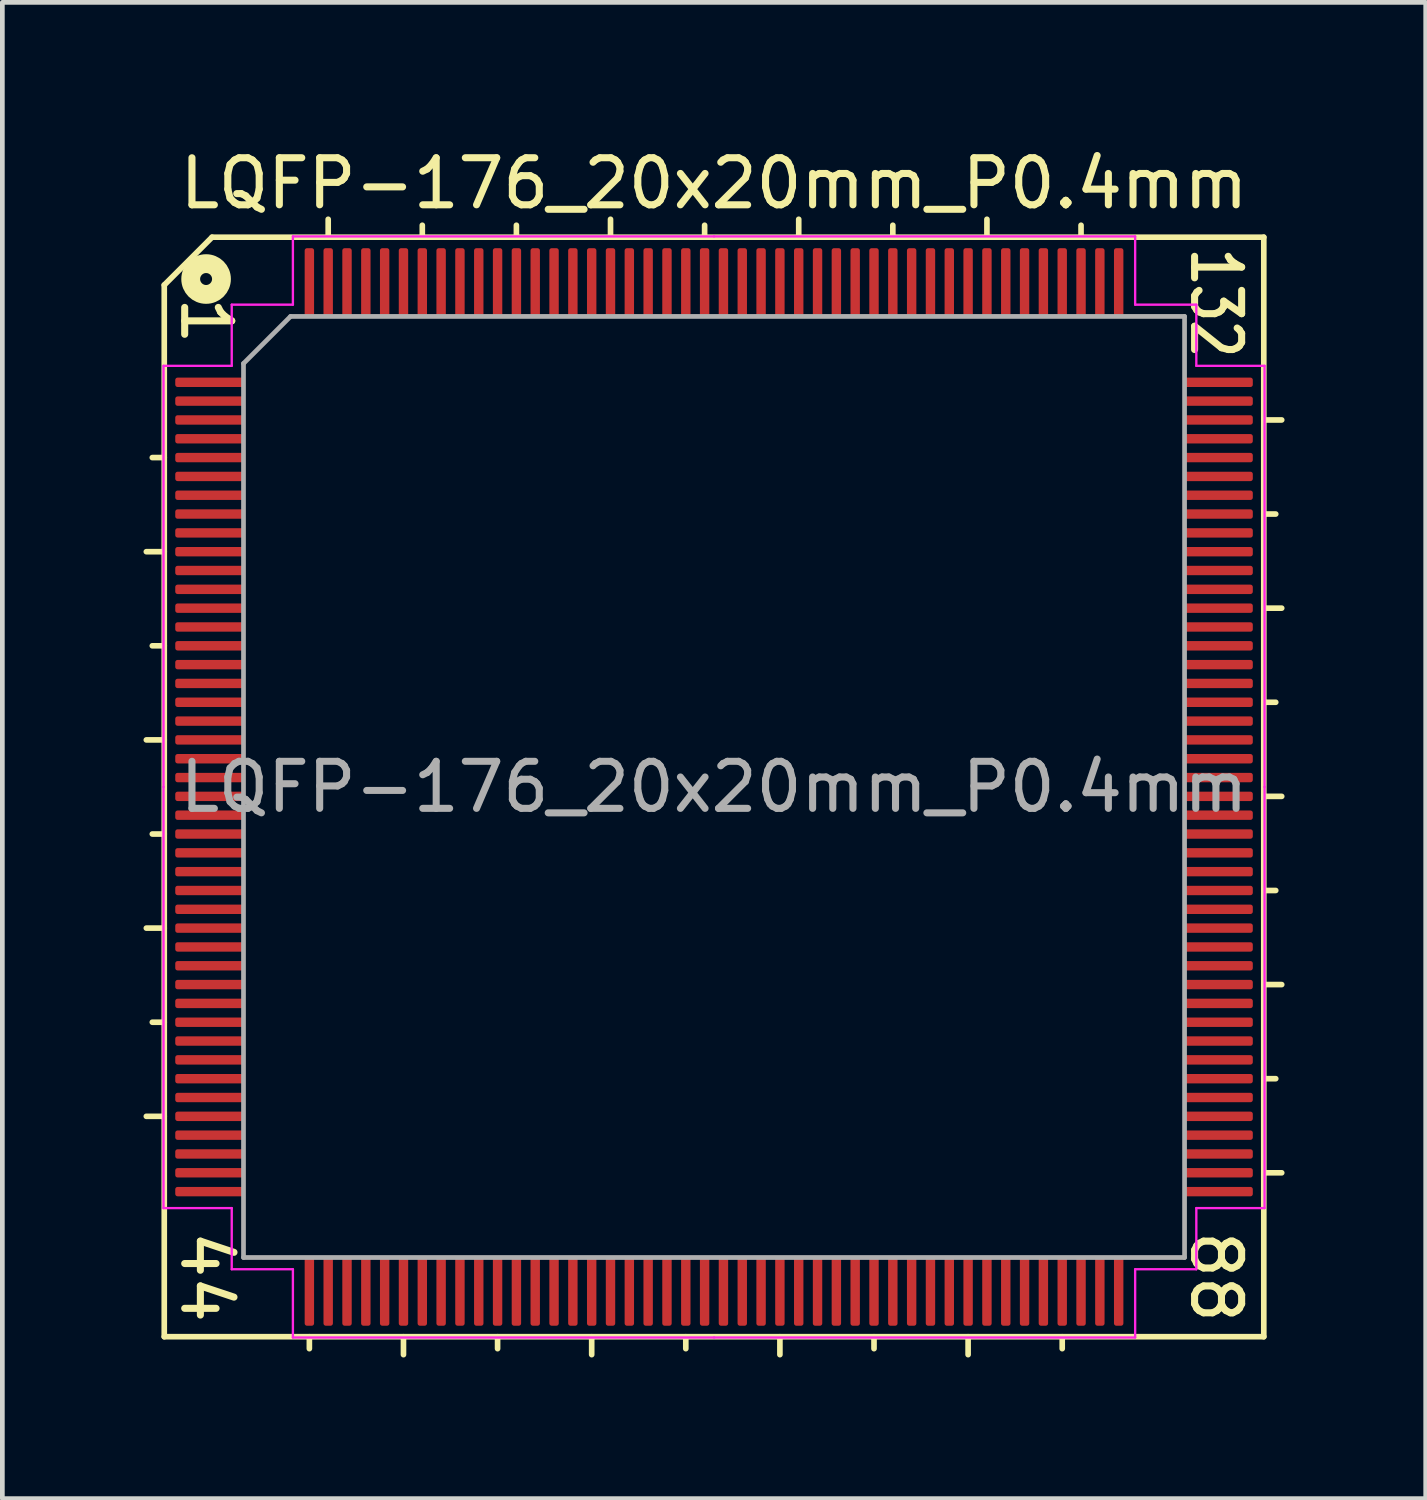
<source format=kicad_pcb>
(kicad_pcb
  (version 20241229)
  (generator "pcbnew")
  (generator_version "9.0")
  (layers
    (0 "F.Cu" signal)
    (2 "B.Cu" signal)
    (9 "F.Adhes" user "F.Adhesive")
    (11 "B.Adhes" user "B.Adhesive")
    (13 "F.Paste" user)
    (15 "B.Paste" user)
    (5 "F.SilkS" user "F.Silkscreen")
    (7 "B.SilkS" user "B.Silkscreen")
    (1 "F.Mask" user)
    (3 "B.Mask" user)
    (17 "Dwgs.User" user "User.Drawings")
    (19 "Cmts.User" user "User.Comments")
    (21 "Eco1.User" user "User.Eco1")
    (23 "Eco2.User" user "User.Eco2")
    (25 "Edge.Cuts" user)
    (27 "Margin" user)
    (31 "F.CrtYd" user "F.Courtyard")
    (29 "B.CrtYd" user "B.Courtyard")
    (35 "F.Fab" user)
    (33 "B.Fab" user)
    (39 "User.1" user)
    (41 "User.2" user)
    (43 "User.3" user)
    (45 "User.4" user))
  (footprint "LQFP-176_20x20mm_P0.4mm"
    (layer "F.Cu")
    (at 12.125 13.675)
    (property "Reference" "LQFP-176_20x20mm_P0.4mm" (at 0 -12.827 0) (layer "F.SilkS") (effects (font (size 1 1) (thickness 0.15))))
    (attr smd)
    (fp_line (start -11.684 -10.668) (end -11.684 11.684) (stroke (width 0.12) (type solid)) (layer "F.SilkS"))
    (fp_line (start -11.684 -7) (end -11.938 -7) (stroke (width 0.12) (type solid)) (layer "F.SilkS"))
    (fp_line (start -11.684 -5) (end -12.065 -5) (stroke (width 0.12) (type solid)) (layer "F.SilkS"))
    (fp_line (start -11.684 -3) (end -11.938 -3) (stroke (width 0.12) (type solid)) (layer "F.SilkS"))
    (fp_line (start -11.684 -1) (end -12.065 -1) (stroke (width 0.12) (type solid)) (layer "F.SilkS"))
    (fp_line (start -11.684 1) (end -11.938 1) (stroke (width 0.12) (type solid)) (layer "F.SilkS"))
    (fp_line (start -11.684 3) (end -12.065 3) (stroke (width 0.12) (type solid)) (layer "F.SilkS"))
    (fp_line (start -11.684 5) (end -11.938 5) (stroke (width 0.12) (type solid)) (layer "F.SilkS"))
    (fp_line (start -11.684 7) (end -12.065 7) (stroke (width 0.12) (type solid)) (layer "F.SilkS"))
    (fp_line (start -11.684 11.684) (end 11.684 11.684) (stroke (width 0.12) (type solid)) (layer "F.SilkS"))
    (fp_line (start -10.668 -11.684) (end -11.684 -10.668) (stroke (width 0.12) (type solid)) (layer "F.SilkS"))
    (fp_line (start -8.6 11.938) (end -8.6 11.684) (stroke (width 0.12) (type solid)) (layer "F.SilkS"))
    (fp_line (start -8.2 -11.684) (end -8.2 -12.065) (stroke (width 0.12) (type solid)) (layer "F.SilkS"))
    (fp_line (start -6.6 12.065) (end -6.6 11.684) (stroke (width 0.12) (type solid)) (layer "F.SilkS"))
    (fp_line (start -6.2 -11.684) (end -6.2 -11.938) (stroke (width 0.12) (type solid)) (layer "F.SilkS"))
    (fp_line (start -4.6 11.938) (end -4.6 11.684) (stroke (width 0.12) (type solid)) (layer "F.SilkS"))
    (fp_line (start -4.2 -11.684) (end -4.2 -11.938) (stroke (width 0.12) (type solid)) (layer "F.SilkS"))
    (fp_line (start -2.6 12.065) (end -2.6 11.684) (stroke (width 0.12) (type solid)) (layer "F.SilkS"))
    (fp_line (start -2.2 -11.684) (end -2.2 -12.065) (stroke (width 0.12) (type solid)) (layer "F.SilkS"))
    (fp_line (start -0.6 11.938) (end -0.6 11.684) (stroke (width 0.12) (type solid)) (layer "F.SilkS"))
    (fp_line (start -0.2 -11.684) (end -0.2 -11.938) (stroke (width 0.12) (type solid)) (layer "F.SilkS"))
    (fp_line (start 1.4 12.065) (end 1.4 11.684) (stroke (width 0.12) (type solid)) (layer "F.SilkS"))
    (fp_line (start 1.8 -11.684) (end 1.8 -12.065) (stroke (width 0.12) (type solid)) (layer "F.SilkS"))
    (fp_line (start 3.4 11.938) (end 3.4 11.684) (stroke (width 0.12) (type solid)) (layer "F.SilkS"))
    (fp_line (start 3.8 -11.684) (end 3.8 -11.938) (stroke (width 0.12) (type solid)) (layer "F.SilkS"))
    (fp_line (start 5.4 12.065) (end 5.4 11.684) (stroke (width 0.12) (type solid)) (layer "F.SilkS"))
    (fp_line (start 5.8 -11.684) (end 5.8 -12.065) (stroke (width 0.12) (type solid)) (layer "F.SilkS"))
    (fp_line (start 7.4 11.938) (end 7.4 11.684) (stroke (width 0.12) (type solid)) (layer "F.SilkS"))
    (fp_line (start 7.8 -11.684) (end 7.8 -11.938) (stroke (width 0.12) (type solid)) (layer "F.SilkS"))
    (fp_line (start 11.684 -11.684) (end -10.668 -11.684) (stroke (width 0.12) (type solid)) (layer "F.SilkS"))
    (fp_line (start 11.684 -7.8) (end 12.065 -7.8) (stroke (width 0.12) (type solid)) (layer "F.SilkS"))
    (fp_line (start 11.684 -5.8) (end 11.938 -5.8) (stroke (width 0.12) (type solid)) (layer "F.SilkS"))
    (fp_line (start 11.684 -3.8) (end 12.065 -3.8) (stroke (width 0.12) (type solid)) (layer "F.SilkS"))
    (fp_line (start 11.684 -1.8) (end 11.938 -1.8) (stroke (width 0.12) (type solid)) (layer "F.SilkS"))
    (fp_line (start 11.684 0.2) (end 12.065 0.2) (stroke (width 0.12) (type solid)) (layer "F.SilkS"))
    (fp_line (start 11.684 2.2) (end 11.938 2.2) (stroke (width 0.12) (type solid)) (layer "F.SilkS"))
    (fp_line (start 11.684 4.2) (end 12.065 4.2) (stroke (width 0.12) (type solid)) (layer "F.SilkS"))
    (fp_line (start 11.684 6.2) (end 11.938 6.2) (stroke (width 0.12) (type solid)) (layer "F.SilkS"))
    (fp_line (start 11.684 8.2) (end 12.065 8.2) (stroke (width 0.12) (type solid)) (layer "F.SilkS"))
    (fp_line (start 11.684 11.684) (end 11.684 -11.684) (stroke (width 0.12) (type solid)) (layer "F.SilkS"))
    (fp_circle (center -10.795 -10.795) (end -10.668 -10.795) (stroke (width 0.4) (type solid)) (fill no) (layer "F.SilkS"))
    (fp_line (start -11.7 -8.95) (end -11.7 0) (stroke (width 0.05) (type solid)) (layer "F.CrtYd"))
    (fp_line (start -11.7 8.95) (end -11.7 0) (stroke (width 0.05) (type solid)) (layer "F.CrtYd"))
    (fp_line (start -10.25 -10.25) (end -10.25 -8.95) (stroke (width 0.05) (type solid)) (layer "F.CrtYd"))
    (fp_line (start -10.25 -8.95) (end -11.7 -8.95) (stroke (width 0.05) (type solid)) (layer "F.CrtYd"))
    (fp_line (start -10.25 8.95) (end -11.7 8.95) (stroke (width 0.05) (type solid)) (layer "F.CrtYd"))
    (fp_line (start -10.25 10.25) (end -10.25 8.95) (stroke (width 0.05) (type solid)) (layer "F.CrtYd"))
    (fp_line (start -8.95 -11.7) (end -8.95 -10.25) (stroke (width 0.05) (type solid)) (layer "F.CrtYd"))
    (fp_line (start -8.95 -10.25) (end -10.25 -10.25) (stroke (width 0.05) (type solid)) (layer "F.CrtYd"))
    (fp_line (start -8.95 10.25) (end -10.25 10.25) (stroke (width 0.05) (type solid)) (layer "F.CrtYd"))
    (fp_line (start -8.95 11.7) (end -8.95 10.25) (stroke (width 0.05) (type solid)) (layer "F.CrtYd"))
    (fp_line (start 0 -11.7) (end -8.95 -11.7) (stroke (width 0.05) (type solid)) (layer "F.CrtYd"))
    (fp_line (start 0 -11.7) (end 8.95 -11.7) (stroke (width 0.05) (type solid)) (layer "F.CrtYd"))
    (fp_line (start 0 11.7) (end -8.95 11.7) (stroke (width 0.05) (type solid)) (layer "F.CrtYd"))
    (fp_line (start 0 11.7) (end 8.95 11.7) (stroke (width 0.05) (type solid)) (layer "F.CrtYd"))
    (fp_line (start 8.95 -11.7) (end 8.95 -10.25) (stroke (width 0.05) (type solid)) (layer "F.CrtYd"))
    (fp_line (start 8.95 -10.25) (end 10.25 -10.25) (stroke (width 0.05) (type solid)) (layer "F.CrtYd"))
    (fp_line (start 8.95 10.25) (end 10.25 10.25) (stroke (width 0.05) (type solid)) (layer "F.CrtYd"))
    (fp_line (start 8.95 11.7) (end 8.95 10.25) (stroke (width 0.05) (type solid)) (layer "F.CrtYd"))
    (fp_line (start 10.25 -10.25) (end 10.25 -8.95) (stroke (width 0.05) (type solid)) (layer "F.CrtYd"))
    (fp_line (start 10.25 -8.95) (end 11.7 -8.95) (stroke (width 0.05) (type solid)) (layer "F.CrtYd"))
    (fp_line (start 10.25 8.95) (end 11.7 8.95) (stroke (width 0.05) (type solid)) (layer "F.CrtYd"))
    (fp_line (start 10.25 10.25) (end 10.25 8.95) (stroke (width 0.05) (type solid)) (layer "F.CrtYd"))
    (fp_line (start 11.7 -8.95) (end 11.7 0) (stroke (width 0.05) (type solid)) (layer "F.CrtYd"))
    (fp_line (start 11.7 8.95) (end 11.7 0) (stroke (width 0.05) (type solid)) (layer "F.CrtYd"))
    (fp_line (start -10 -9) (end -9 -10) (stroke (width 0.1) (type solid)) (layer "F.Fab"))
    (fp_line (start -10 10) (end -10 -9) (stroke (width 0.1) (type solid)) (layer "F.Fab"))
    (fp_line (start -9 -10) (end 10 -10) (stroke (width 0.1) (type solid)) (layer "F.Fab"))
    (fp_line (start 10 -10) (end 10 10) (stroke (width 0.1) (type solid)) (layer "F.Fab"))
    (fp_line (start 10 10) (end -10 10) (stroke (width 0.1) (type solid)) (layer "F.Fab"))
    (fp_text user "132" (at 10.668 -10.287 270) (unlocked yes) (layer "F.SilkS") (effects (font (size 1 0.8) (thickness 0.15))))
    (fp_text user "44" (at -10.795 10.414 270) (unlocked yes) (layer "F.SilkS") (effects (font (size 1 1) (thickness 0.15))))
    (fp_text user "88" (at 10.668 10.414 270) (unlocked yes) (layer "F.SilkS") (effects (font (size 1 1) (thickness 0.15))))
    (fp_text user "1" (at -10.795 -9.906 270) (unlocked yes) (layer "F.SilkS") (effects (font (size 1 1) (thickness 0.15))))
    (fp_text user "${REFERENCE}" (at 0 0 0) (layer "F.Fab") (effects (font (size 1 1) (thickness 0.15))))
    (pad "1" smd roundrect (at -10.713 -8.6) (size 1.475 0.2) (layers "F.Cu" "F.Mask" "F.Paste") (roundrect_rratio 0.25))
    (pad "2" smd roundrect (at -10.713 -8.2) (size 1.475 0.2) (layers "F.Cu" "F.Mask" "F.Paste") (roundrect_rratio 0.25))
    (pad "3" smd roundrect (at -10.713 -7.8) (size 1.475 0.2) (layers "F.Cu" "F.Mask" "F.Paste") (roundrect_rratio 0.25))
    (pad "4" smd roundrect (at -10.713 -7.4) (size 1.475 0.2) (layers "F.Cu" "F.Mask" "F.Paste") (roundrect_rratio 0.25))
    (pad "5" smd roundrect (at -10.713 -7) (size 1.475 0.2) (layers "F.Cu" "F.Mask" "F.Paste") (roundrect_rratio 0.25))
    (pad "6" smd roundrect (at -10.713 -6.6) (size 1.475 0.2) (layers "F.Cu" "F.Mask" "F.Paste") (roundrect_rratio 0.25))
    (pad "7" smd roundrect (at -10.713 -6.2) (size 1.475 0.2) (layers "F.Cu" "F.Mask" "F.Paste") (roundrect_rratio 0.25))
    (pad "8" smd roundrect (at -10.713 -5.8) (size 1.475 0.2) (layers "F.Cu" "F.Mask" "F.Paste") (roundrect_rratio 0.25))
    (pad "9" smd roundrect (at -10.713 -5.4) (size 1.475 0.2) (layers "F.Cu" "F.Mask" "F.Paste") (roundrect_rratio 0.25))
    (pad "10" smd roundrect (at -10.713 -5) (size 1.475 0.2) (layers "F.Cu" "F.Mask" "F.Paste") (roundrect_rratio 0.25))
    (pad "11" smd roundrect (at -10.713 -4.6) (size 1.475 0.2) (layers "F.Cu" "F.Mask" "F.Paste") (roundrect_rratio 0.25))
    (pad "12" smd roundrect (at -10.713 -4.2) (size 1.475 0.2) (layers "F.Cu" "F.Mask" "F.Paste") (roundrect_rratio 0.25))
    (pad "13" smd roundrect (at -10.713 -3.8) (size 1.475 0.2) (layers "F.Cu" "F.Mask" "F.Paste") (roundrect_rratio 0.25))
    (pad "14" smd roundrect (at -10.713 -3.4) (size 1.475 0.2) (layers "F.Cu" "F.Mask" "F.Paste") (roundrect_rratio 0.25))
    (pad "15" smd roundrect (at -10.713 -3) (size 1.475 0.2) (layers "F.Cu" "F.Mask" "F.Paste") (roundrect_rratio 0.25))
    (pad "16" smd roundrect (at -10.713 -2.6) (size 1.475 0.2) (layers "F.Cu" "F.Mask" "F.Paste") (roundrect_rratio 0.25))
    (pad "17" smd roundrect (at -10.713 -2.2) (size 1.475 0.2) (layers "F.Cu" "F.Mask" "F.Paste") (roundrect_rratio 0.25))
    (pad "18" smd roundrect (at -10.713 -1.8) (size 1.475 0.2) (layers "F.Cu" "F.Mask" "F.Paste") (roundrect_rratio 0.25))
    (pad "19" smd roundrect (at -10.713 -1.4) (size 1.475 0.2) (layers "F.Cu" "F.Mask" "F.Paste") (roundrect_rratio 0.25))
    (pad "20" smd roundrect (at -10.713 -1) (size 1.475 0.2) (layers "F.Cu" "F.Mask" "F.Paste") (roundrect_rratio 0.25))
    (pad "21" smd roundrect (at -10.713 -0.6) (size 1.475 0.2) (layers "F.Cu" "F.Mask" "F.Paste") (roundrect_rratio 0.25))
    (pad "22" smd roundrect (at -10.713 -0.2) (size 1.475 0.2) (layers "F.Cu" "F.Mask" "F.Paste") (roundrect_rratio 0.25))
    (pad "23" smd roundrect (at -10.713 0.2) (size 1.475 0.2) (layers "F.Cu" "F.Mask" "F.Paste") (roundrect_rratio 0.25))
    (pad "24" smd roundrect (at -10.713 0.6) (size 1.475 0.2) (layers "F.Cu" "F.Mask" "F.Paste") (roundrect_rratio 0.25))
    (pad "25" smd roundrect (at -10.713 1) (size 1.475 0.2) (layers "F.Cu" "F.Mask" "F.Paste") (roundrect_rratio 0.25))
    (pad "26" smd roundrect (at -10.713 1.4) (size 1.475 0.2) (layers "F.Cu" "F.Mask" "F.Paste") (roundrect_rratio 0.25))
    (pad "27" smd roundrect (at -10.713 1.8) (size 1.475 0.2) (layers "F.Cu" "F.Mask" "F.Paste") (roundrect_rratio 0.25))
    (pad "28" smd roundrect (at -10.713 2.2) (size 1.475 0.2) (layers "F.Cu" "F.Mask" "F.Paste") (roundrect_rratio 0.25))
    (pad "29" smd roundrect (at -10.713 2.6) (size 1.475 0.2) (layers "F.Cu" "F.Mask" "F.Paste") (roundrect_rratio 0.25))
    (pad "30" smd roundrect (at -10.713 3) (size 1.475 0.2) (layers "F.Cu" "F.Mask" "F.Paste") (roundrect_rratio 0.25))
    (pad "31" smd roundrect (at -10.713 3.4) (size 1.475 0.2) (layers "F.Cu" "F.Mask" "F.Paste") (roundrect_rratio 0.25))
    (pad "32" smd roundrect (at -10.713 3.8) (size 1.475 0.2) (layers "F.Cu" "F.Mask" "F.Paste") (roundrect_rratio 0.25))
    (pad "33" smd roundrect (at -10.713 4.2) (size 1.475 0.2) (layers "F.Cu" "F.Mask" "F.Paste") (roundrect_rratio 0.25))
    (pad "34" smd roundrect (at -10.713 4.6) (size 1.475 0.2) (layers "F.Cu" "F.Mask" "F.Paste") (roundrect_rratio 0.25))
    (pad "35" smd roundrect (at -10.713 5) (size 1.475 0.2) (layers "F.Cu" "F.Mask" "F.Paste") (roundrect_rratio 0.25))
    (pad "36" smd roundrect (at -10.713 5.4) (size 1.475 0.2) (layers "F.Cu" "F.Mask" "F.Paste") (roundrect_rratio 0.25))
    (pad "37" smd roundrect (at -10.713 5.8) (size 1.475 0.2) (layers "F.Cu" "F.Mask" "F.Paste") (roundrect_rratio 0.25))
    (pad "38" smd roundrect (at -10.713 6.2) (size 1.475 0.2) (layers "F.Cu" "F.Mask" "F.Paste") (roundrect_rratio 0.25))
    (pad "39" smd roundrect (at -10.713 6.6) (size 1.475 0.2) (layers "F.Cu" "F.Mask" "F.Paste") (roundrect_rratio 0.25))
    (pad "40" smd roundrect (at -10.713 7) (size 1.475 0.2) (layers "F.Cu" "F.Mask" "F.Paste") (roundrect_rratio 0.25))
    (pad "41" smd roundrect (at -10.713 7.4) (size 1.475 0.2) (layers "F.Cu" "F.Mask" "F.Paste") (roundrect_rratio 0.25))
    (pad "42" smd roundrect (at -10.713 7.8) (size 1.475 0.2) (layers "F.Cu" "F.Mask" "F.Paste") (roundrect_rratio 0.25))
    (pad "43" smd roundrect (at -10.713 8.2) (size 1.475 0.2) (layers "F.Cu" "F.Mask" "F.Paste") (roundrect_rratio 0.25))
    (pad "44" smd roundrect (at -10.713 8.6) (size 1.475 0.2) (layers "F.Cu" "F.Mask" "F.Paste") (roundrect_rratio 0.25))
    (pad "45" smd roundrect (at -8.6 10.713) (size 0.2 1.475) (layers "F.Cu" "F.Mask" "F.Paste") (roundrect_rratio 0.25))
    (pad "46" smd roundrect (at -8.2 10.713) (size 0.2 1.475) (layers "F.Cu" "F.Mask" "F.Paste") (roundrect_rratio 0.25))
    (pad "47" smd roundrect (at -7.8 10.713) (size 0.2 1.475) (layers "F.Cu" "F.Mask" "F.Paste") (roundrect_rratio 0.25))
    (pad "48" smd roundrect (at -7.4 10.713) (size 0.2 1.475) (layers "F.Cu" "F.Mask" "F.Paste") (roundrect_rratio 0.25))
    (pad "49" smd roundrect (at -7 10.713) (size 0.2 1.475) (layers "F.Cu" "F.Mask" "F.Paste") (roundrect_rratio 0.25))
    (pad "50" smd roundrect (at -6.6 10.713) (size 0.2 1.475) (layers "F.Cu" "F.Mask" "F.Paste") (roundrect_rratio 0.25))
    (pad "51" smd roundrect (at -6.2 10.713) (size 0.2 1.475) (layers "F.Cu" "F.Mask" "F.Paste") (roundrect_rratio 0.25))
    (pad "52" smd roundrect (at -5.8 10.713) (size 0.2 1.475) (layers "F.Cu" "F.Mask" "F.Paste") (roundrect_rratio 0.25))
    (pad "53" smd roundrect (at -5.4 10.713) (size 0.2 1.475) (layers "F.Cu" "F.Mask" "F.Paste") (roundrect_rratio 0.25))
    (pad "54" smd roundrect (at -5 10.713) (size 0.2 1.475) (layers "F.Cu" "F.Mask" "F.Paste") (roundrect_rratio 0.25))
    (pad "55" smd roundrect (at -4.6 10.713) (size 0.2 1.475) (layers "F.Cu" "F.Mask" "F.Paste") (roundrect_rratio 0.25))
    (pad "56" smd roundrect (at -4.2 10.713) (size 0.2 1.475) (layers "F.Cu" "F.Mask" "F.Paste") (roundrect_rratio 0.25))
    (pad "57" smd roundrect (at -3.8 10.713) (size 0.2 1.475) (layers "F.Cu" "F.Mask" "F.Paste") (roundrect_rratio 0.25))
    (pad "58" smd roundrect (at -3.4 10.713) (size 0.2 1.475) (layers "F.Cu" "F.Mask" "F.Paste") (roundrect_rratio 0.25))
    (pad "59" smd roundrect (at -3 10.713) (size 0.2 1.475) (layers "F.Cu" "F.Mask" "F.Paste") (roundrect_rratio 0.25))
    (pad "60" smd roundrect (at -2.6 10.713) (size 0.2 1.475) (layers "F.Cu" "F.Mask" "F.Paste") (roundrect_rratio 0.25))
    (pad "61" smd roundrect (at -2.2 10.713) (size 0.2 1.475) (layers "F.Cu" "F.Mask" "F.Paste") (roundrect_rratio 0.25))
    (pad "62" smd roundrect (at -1.8 10.713) (size 0.2 1.475) (layers "F.Cu" "F.Mask" "F.Paste") (roundrect_rratio 0.25))
    (pad "63" smd roundrect (at -1.4 10.713) (size 0.2 1.475) (layers "F.Cu" "F.Mask" "F.Paste") (roundrect_rratio 0.25))
    (pad "64" smd roundrect (at -1 10.713) (size 0.2 1.475) (layers "F.Cu" "F.Mask" "F.Paste") (roundrect_rratio 0.25))
    (pad "65" smd roundrect (at -0.6 10.713) (size 0.2 1.475) (layers "F.Cu" "F.Mask" "F.Paste") (roundrect_rratio 0.25))
    (pad "66" smd roundrect (at -0.2 10.713) (size 0.2 1.475) (layers "F.Cu" "F.Mask" "F.Paste") (roundrect_rratio 0.25))
    (pad "67" smd roundrect (at 0.2 10.713) (size 0.2 1.475) (layers "F.Cu" "F.Mask" "F.Paste") (roundrect_rratio 0.25))
    (pad "68" smd roundrect (at 0.6 10.713) (size 0.2 1.475) (layers "F.Cu" "F.Mask" "F.Paste") (roundrect_rratio 0.25))
    (pad "69" smd roundrect (at 1 10.713) (size 0.2 1.475) (layers "F.Cu" "F.Mask" "F.Paste") (roundrect_rratio 0.25))
    (pad "70" smd roundrect (at 1.4 10.713) (size 0.2 1.475) (layers "F.Cu" "F.Mask" "F.Paste") (roundrect_rratio 0.25))
    (pad "71" smd roundrect (at 1.8 10.713) (size 0.2 1.475) (layers "F.Cu" "F.Mask" "F.Paste") (roundrect_rratio 0.25))
    (pad "72" smd roundrect (at 2.2 10.713) (size 0.2 1.475) (layers "F.Cu" "F.Mask" "F.Paste") (roundrect_rratio 0.25))
    (pad "73" smd roundrect (at 2.6 10.713) (size 0.2 1.475) (layers "F.Cu" "F.Mask" "F.Paste") (roundrect_rratio 0.25))
    (pad "74" smd roundrect (at 3 10.713) (size 0.2 1.475) (layers "F.Cu" "F.Mask" "F.Paste") (roundrect_rratio 0.25))
    (pad "75" smd roundrect (at 3.4 10.713) (size 0.2 1.475) (layers "F.Cu" "F.Mask" "F.Paste") (roundrect_rratio 0.25))
    (pad "76" smd roundrect (at 3.8 10.713) (size 0.2 1.475) (layers "F.Cu" "F.Mask" "F.Paste") (roundrect_rratio 0.25))
    (pad "77" smd roundrect (at 4.2 10.713) (size 0.2 1.475) (layers "F.Cu" "F.Mask" "F.Paste") (roundrect_rratio 0.25))
    (pad "78" smd roundrect (at 4.6 10.713) (size 0.2 1.475) (layers "F.Cu" "F.Mask" "F.Paste") (roundrect_rratio 0.25))
    (pad "79" smd roundrect (at 5 10.713) (size 0.2 1.475) (layers "F.Cu" "F.Mask" "F.Paste") (roundrect_rratio 0.25))
    (pad "80" smd roundrect (at 5.4 10.713) (size 0.2 1.475) (layers "F.Cu" "F.Mask" "F.Paste") (roundrect_rratio 0.25))
    (pad "81" smd roundrect (at 5.8 10.713) (size 0.2 1.475) (layers "F.Cu" "F.Mask" "F.Paste") (roundrect_rratio 0.25))
    (pad "82" smd roundrect (at 6.2 10.713) (size 0.2 1.475) (layers "F.Cu" "F.Mask" "F.Paste") (roundrect_rratio 0.25))
    (pad "83" smd roundrect (at 6.6 10.713) (size 0.2 1.475) (layers "F.Cu" "F.Mask" "F.Paste") (roundrect_rratio 0.25))
    (pad "84" smd roundrect (at 7 10.713) (size 0.2 1.475) (layers "F.Cu" "F.Mask" "F.Paste") (roundrect_rratio 0.25))
    (pad "85" smd roundrect (at 7.4 10.713) (size 0.2 1.475) (layers "F.Cu" "F.Mask" "F.Paste") (roundrect_rratio 0.25))
    (pad "86" smd roundrect (at 7.8 10.713) (size 0.2 1.475) (layers "F.Cu" "F.Mask" "F.Paste") (roundrect_rratio 0.25))
    (pad "87" smd roundrect (at 8.2 10.713) (size 0.2 1.475) (layers "F.Cu" "F.Mask" "F.Paste") (roundrect_rratio 0.25))
    (pad "88" smd roundrect (at 8.6 10.713) (size 0.2 1.475) (layers "F.Cu" "F.Mask" "F.Paste") (roundrect_rratio 0.25))
    (pad "89" smd roundrect (at 10.713 8.6) (size 1.475 0.2) (layers "F.Cu" "F.Mask" "F.Paste") (roundrect_rratio 0.25))
    (pad "90" smd roundrect (at 10.713 8.2) (size 1.475 0.2) (layers "F.Cu" "F.Mask" "F.Paste") (roundrect_rratio 0.25))
    (pad "91" smd roundrect (at 10.713 7.8) (size 1.475 0.2) (layers "F.Cu" "F.Mask" "F.Paste") (roundrect_rratio 0.25))
    (pad "92" smd roundrect (at 10.713 7.4) (size 1.475 0.2) (layers "F.Cu" "F.Mask" "F.Paste") (roundrect_rratio 0.25))
    (pad "93" smd roundrect (at 10.713 7) (size 1.475 0.2) (layers "F.Cu" "F.Mask" "F.Paste") (roundrect_rratio 0.25))
    (pad "94" smd roundrect (at 10.713 6.6) (size 1.475 0.2) (layers "F.Cu" "F.Mask" "F.Paste") (roundrect_rratio 0.25))
    (pad "95" smd roundrect (at 10.713 6.2) (size 1.475 0.2) (layers "F.Cu" "F.Mask" "F.Paste") (roundrect_rratio 0.25))
    (pad "96" smd roundrect (at 10.713 5.8) (size 1.475 0.2) (layers "F.Cu" "F.Mask" "F.Paste") (roundrect_rratio 0.25))
    (pad "97" smd roundrect (at 10.713 5.4) (size 1.475 0.2) (layers "F.Cu" "F.Mask" "F.Paste") (roundrect_rratio 0.25))
    (pad "98" smd roundrect (at 10.713 5) (size 1.475 0.2) (layers "F.Cu" "F.Mask" "F.Paste") (roundrect_rratio 0.25))
    (pad "99" smd roundrect (at 10.713 4.6) (size 1.475 0.2) (layers "F.Cu" "F.Mask" "F.Paste") (roundrect_rratio 0.25))
    (pad "100" smd roundrect (at 10.713 4.2) (size 1.475 0.2) (layers "F.Cu" "F.Mask" "F.Paste") (roundrect_rratio 0.25))
    (pad "101" smd roundrect (at 10.713 3.8) (size 1.475 0.2) (layers "F.Cu" "F.Mask" "F.Paste") (roundrect_rratio 0.25))
    (pad "102" smd roundrect (at 10.713 3.4) (size 1.475 0.2) (layers "F.Cu" "F.Mask" "F.Paste") (roundrect_rratio 0.25))
    (pad "103" smd roundrect (at 10.713 3) (size 1.475 0.2) (layers "F.Cu" "F.Mask" "F.Paste") (roundrect_rratio 0.25))
    (pad "104" smd roundrect (at 10.713 2.6) (size 1.475 0.2) (layers "F.Cu" "F.Mask" "F.Paste") (roundrect_rratio 0.25))
    (pad "105" smd roundrect (at 10.713 2.2) (size 1.475 0.2) (layers "F.Cu" "F.Mask" "F.Paste") (roundrect_rratio 0.25))
    (pad "106" smd roundrect (at 10.713 1.8) (size 1.475 0.2) (layers "F.Cu" "F.Mask" "F.Paste") (roundrect_rratio 0.25))
    (pad "107" smd roundrect (at 10.713 1.4) (size 1.475 0.2) (layers "F.Cu" "F.Mask" "F.Paste") (roundrect_rratio 0.25))
    (pad "108" smd roundrect (at 10.713 1) (size 1.475 0.2) (layers "F.Cu" "F.Mask" "F.Paste") (roundrect_rratio 0.25))
    (pad "109" smd roundrect (at 10.713 0.6) (size 1.475 0.2) (layers "F.Cu" "F.Mask" "F.Paste") (roundrect_rratio 0.25))
    (pad "110" smd roundrect (at 10.713 0.2) (size 1.475 0.2) (layers "F.Cu" "F.Mask" "F.Paste") (roundrect_rratio 0.25))
    (pad "111" smd roundrect (at 10.713 -0.2) (size 1.475 0.2) (layers "F.Cu" "F.Mask" "F.Paste") (roundrect_rratio 0.25))
    (pad "112" smd roundrect (at 10.713 -0.6) (size 1.475 0.2) (layers "F.Cu" "F.Mask" "F.Paste") (roundrect_rratio 0.25))
    (pad "113" smd roundrect (at 10.713 -1) (size 1.475 0.2) (layers "F.Cu" "F.Mask" "F.Paste") (roundrect_rratio 0.25))
    (pad "114" smd roundrect (at 10.713 -1.4) (size 1.475 0.2) (layers "F.Cu" "F.Mask" "F.Paste") (roundrect_rratio 0.25))
    (pad "115" smd roundrect (at 10.713 -1.8) (size 1.475 0.2) (layers "F.Cu" "F.Mask" "F.Paste") (roundrect_rratio 0.25))
    (pad "116" smd roundrect (at 10.713 -2.2) (size 1.475 0.2) (layers "F.Cu" "F.Mask" "F.Paste") (roundrect_rratio 0.25))
    (pad "117" smd roundrect (at 10.713 -2.6) (size 1.475 0.2) (layers "F.Cu" "F.Mask" "F.Paste") (roundrect_rratio 0.25))
    (pad "118" smd roundrect (at 10.713 -3) (size 1.475 0.2) (layers "F.Cu" "F.Mask" "F.Paste") (roundrect_rratio 0.25))
    (pad "119" smd roundrect (at 10.713 -3.4) (size 1.475 0.2) (layers "F.Cu" "F.Mask" "F.Paste") (roundrect_rratio 0.25))
    (pad "120" smd roundrect (at 10.713 -3.8) (size 1.475 0.2) (layers "F.Cu" "F.Mask" "F.Paste") (roundrect_rratio 0.25))
    (pad "121" smd roundrect (at 10.713 -4.2) (size 1.475 0.2) (layers "F.Cu" "F.Mask" "F.Paste") (roundrect_rratio 0.25))
    (pad "122" smd roundrect (at 10.713 -4.6) (size 1.475 0.2) (layers "F.Cu" "F.Mask" "F.Paste") (roundrect_rratio 0.25))
    (pad "123" smd roundrect (at 10.713 -5) (size 1.475 0.2) (layers "F.Cu" "F.Mask" "F.Paste") (roundrect_rratio 0.25))
    (pad "124" smd roundrect (at 10.713 -5.4) (size 1.475 0.2) (layers "F.Cu" "F.Mask" "F.Paste") (roundrect_rratio 0.25))
    (pad "125" smd roundrect (at 10.713 -5.8) (size 1.475 0.2) (layers "F.Cu" "F.Mask" "F.Paste") (roundrect_rratio 0.25))
    (pad "126" smd roundrect (at 10.713 -6.2) (size 1.475 0.2) (layers "F.Cu" "F.Mask" "F.Paste") (roundrect_rratio 0.25))
    (pad "127" smd roundrect (at 10.713 -6.6) (size 1.475 0.2) (layers "F.Cu" "F.Mask" "F.Paste") (roundrect_rratio 0.25))
    (pad "128" smd roundrect (at 10.713 -7) (size 1.475 0.2) (layers "F.Cu" "F.Mask" "F.Paste") (roundrect_rratio 0.25))
    (pad "129" smd roundrect (at 10.713 -7.4) (size 1.475 0.2) (layers "F.Cu" "F.Mask" "F.Paste") (roundrect_rratio 0.25))
    (pad "130" smd roundrect (at 10.713 -7.8) (size 1.475 0.2) (layers "F.Cu" "F.Mask" "F.Paste") (roundrect_rratio 0.25))
    (pad "131" smd roundrect (at 10.713 -8.2) (size 1.475 0.2) (layers "F.Cu" "F.Mask" "F.Paste") (roundrect_rratio 0.25))
    (pad "132" smd roundrect (at 10.713 -8.6) (size 1.475 0.2) (layers "F.Cu" "F.Mask" "F.Paste") (roundrect_rratio 0.25))
    (pad "133" smd roundrect (at 8.6 -10.713) (size 0.2 1.475) (layers "F.Cu" "F.Mask" "F.Paste") (roundrect_rratio 0.25))
    (pad "134" smd roundrect (at 8.2 -10.713) (size 0.2 1.475) (layers "F.Cu" "F.Mask" "F.Paste") (roundrect_rratio 0.25))
    (pad "135" smd roundrect (at 7.8 -10.713) (size 0.2 1.475) (layers "F.Cu" "F.Mask" "F.Paste") (roundrect_rratio 0.25))
    (pad "136" smd roundrect (at 7.4 -10.713) (size 0.2 1.475) (layers "F.Cu" "F.Mask" "F.Paste") (roundrect_rratio 0.25))
    (pad "137" smd roundrect (at 7 -10.713) (size 0.2 1.475) (layers "F.Cu" "F.Mask" "F.Paste") (roundrect_rratio 0.25))
    (pad "138" smd roundrect (at 6.6 -10.713) (size 0.2 1.475) (layers "F.Cu" "F.Mask" "F.Paste") (roundrect_rratio 0.25))
    (pad "139" smd roundrect (at 6.2 -10.713) (size 0.2 1.475) (layers "F.Cu" "F.Mask" "F.Paste") (roundrect_rratio 0.25))
    (pad "140" smd roundrect (at 5.8 -10.713) (size 0.2 1.475) (layers "F.Cu" "F.Mask" "F.Paste") (roundrect_rratio 0.25))
    (pad "141" smd roundrect (at 5.4 -10.713) (size 0.2 1.475) (layers "F.Cu" "F.Mask" "F.Paste") (roundrect_rratio 0.25))
    (pad "142" smd roundrect (at 5 -10.713) (size 0.2 1.475) (layers "F.Cu" "F.Mask" "F.Paste") (roundrect_rratio 0.25))
    (pad "143" smd roundrect (at 4.6 -10.713) (size 0.2 1.475) (layers "F.Cu" "F.Mask" "F.Paste") (roundrect_rratio 0.25))
    (pad "144" smd roundrect (at 4.2 -10.713) (size 0.2 1.475) (layers "F.Cu" "F.Mask" "F.Paste") (roundrect_rratio 0.25))
    (pad "145" smd roundrect (at 3.8 -10.713) (size 0.2 1.475) (layers "F.Cu" "F.Mask" "F.Paste") (roundrect_rratio 0.25))
    (pad "146" smd roundrect (at 3.4 -10.713) (size 0.2 1.475) (layers "F.Cu" "F.Mask" "F.Paste") (roundrect_rratio 0.25))
    (pad "147" smd roundrect (at 3 -10.713) (size 0.2 1.475) (layers "F.Cu" "F.Mask" "F.Paste") (roundrect_rratio 0.25))
    (pad "148" smd roundrect (at 2.6 -10.713) (size 0.2 1.475) (layers "F.Cu" "F.Mask" "F.Paste") (roundrect_rratio 0.25))
    (pad "149" smd roundrect (at 2.2 -10.713) (size 0.2 1.475) (layers "F.Cu" "F.Mask" "F.Paste") (roundrect_rratio 0.25))
    (pad "150" smd roundrect (at 1.8 -10.713) (size 0.2 1.475) (layers "F.Cu" "F.Mask" "F.Paste") (roundrect_rratio 0.25))
    (pad "151" smd roundrect (at 1.4 -10.713) (size 0.2 1.475) (layers "F.Cu" "F.Mask" "F.Paste") (roundrect_rratio 0.25))
    (pad "152" smd roundrect (at 1 -10.713) (size 0.2 1.475) (layers "F.Cu" "F.Mask" "F.Paste") (roundrect_rratio 0.25))
    (pad "153" smd roundrect (at 0.6 -10.713) (size 0.2 1.475) (layers "F.Cu" "F.Mask" "F.Paste") (roundrect_rratio 0.25))
    (pad "154" smd roundrect (at 0.2 -10.713) (size 0.2 1.475) (layers "F.Cu" "F.Mask" "F.Paste") (roundrect_rratio 0.25))
    (pad "155" smd roundrect (at -0.2 -10.713) (size 0.2 1.475) (layers "F.Cu" "F.Mask" "F.Paste") (roundrect_rratio 0.25))
    (pad "156" smd roundrect (at -0.6 -10.713) (size 0.2 1.475) (layers "F.Cu" "F.Mask" "F.Paste") (roundrect_rratio 0.25))
    (pad "157" smd roundrect (at -1 -10.713) (size 0.2 1.475) (layers "F.Cu" "F.Mask" "F.Paste") (roundrect_rratio 0.25))
    (pad "158" smd roundrect (at -1.4 -10.713) (size 0.2 1.475) (layers "F.Cu" "F.Mask" "F.Paste") (roundrect_rratio 0.25))
    (pad "159" smd roundrect (at -1.8 -10.713) (size 0.2 1.475) (layers "F.Cu" "F.Mask" "F.Paste") (roundrect_rratio 0.25))
    (pad "160" smd roundrect (at -2.2 -10.713) (size 0.2 1.475) (layers "F.Cu" "F.Mask" "F.Paste") (roundrect_rratio 0.25))
    (pad "161" smd roundrect (at -2.6 -10.713) (size 0.2 1.475) (layers "F.Cu" "F.Mask" "F.Paste") (roundrect_rratio 0.25))
    (pad "162" smd roundrect (at -3 -10.713) (size 0.2 1.475) (layers "F.Cu" "F.Mask" "F.Paste") (roundrect_rratio 0.25))
    (pad "163" smd roundrect (at -3.4 -10.713) (size 0.2 1.475) (layers "F.Cu" "F.Mask" "F.Paste") (roundrect_rratio 0.25))
    (pad "164" smd roundrect (at -3.8 -10.713) (size 0.2 1.475) (layers "F.Cu" "F.Mask" "F.Paste") (roundrect_rratio 0.25))
    (pad "165" smd roundrect (at -4.2 -10.713) (size 0.2 1.475) (layers "F.Cu" "F.Mask" "F.Paste") (roundrect_rratio 0.25))
    (pad "166" smd roundrect (at -4.6 -10.713) (size 0.2 1.475) (layers "F.Cu" "F.Mask" "F.Paste") (roundrect_rratio 0.25))
    (pad "167" smd roundrect (at -5 -10.713) (size 0.2 1.475) (layers "F.Cu" "F.Mask" "F.Paste") (roundrect_rratio 0.25))
    (pad "168" smd roundrect (at -5.4 -10.713) (size 0.2 1.475) (layers "F.Cu" "F.Mask" "F.Paste") (roundrect_rratio 0.25))
    (pad "169" smd roundrect (at -5.8 -10.713) (size 0.2 1.475) (layers "F.Cu" "F.Mask" "F.Paste") (roundrect_rratio 0.25))
    (pad "170" smd roundrect (at -6.2 -10.713) (size 0.2 1.475) (layers "F.Cu" "F.Mask" "F.Paste") (roundrect_rratio 0.25))
    (pad "171" smd roundrect (at -6.6 -10.713) (size 0.2 1.475) (layers "F.Cu" "F.Mask" "F.Paste") (roundrect_rratio 0.25))
    (pad "172" smd roundrect (at -7 -10.713) (size 0.2 1.475) (layers "F.Cu" "F.Mask" "F.Paste") (roundrect_rratio 0.25))
    (pad "173" smd roundrect (at -7.4 -10.713) (size 0.2 1.475) (layers "F.Cu" "F.Mask" "F.Paste") (roundrect_rratio 0.25))
    (pad "174" smd roundrect (at -7.8 -10.713) (size 0.2 1.475) (layers "F.Cu" "F.Mask" "F.Paste") (roundrect_rratio 0.25))
    (pad "175" smd roundrect (at -8.2 -10.713) (size 0.2 1.475) (layers "F.Cu" "F.Mask" "F.Paste") (roundrect_rratio 0.25))
    (pad "176" smd roundrect (at -8.6 -10.713) (size 0.2 1.475) (layers "F.Cu" "F.Mask" "F.Paste") (roundrect_rratio 0.25)))
  (gr_rect
    (start -3 -3)
    (end 27.25 28.8)
    (stroke (width 0.1) (type default))
    (fill no)
    (layer "Edge.Cuts")))
</source>
